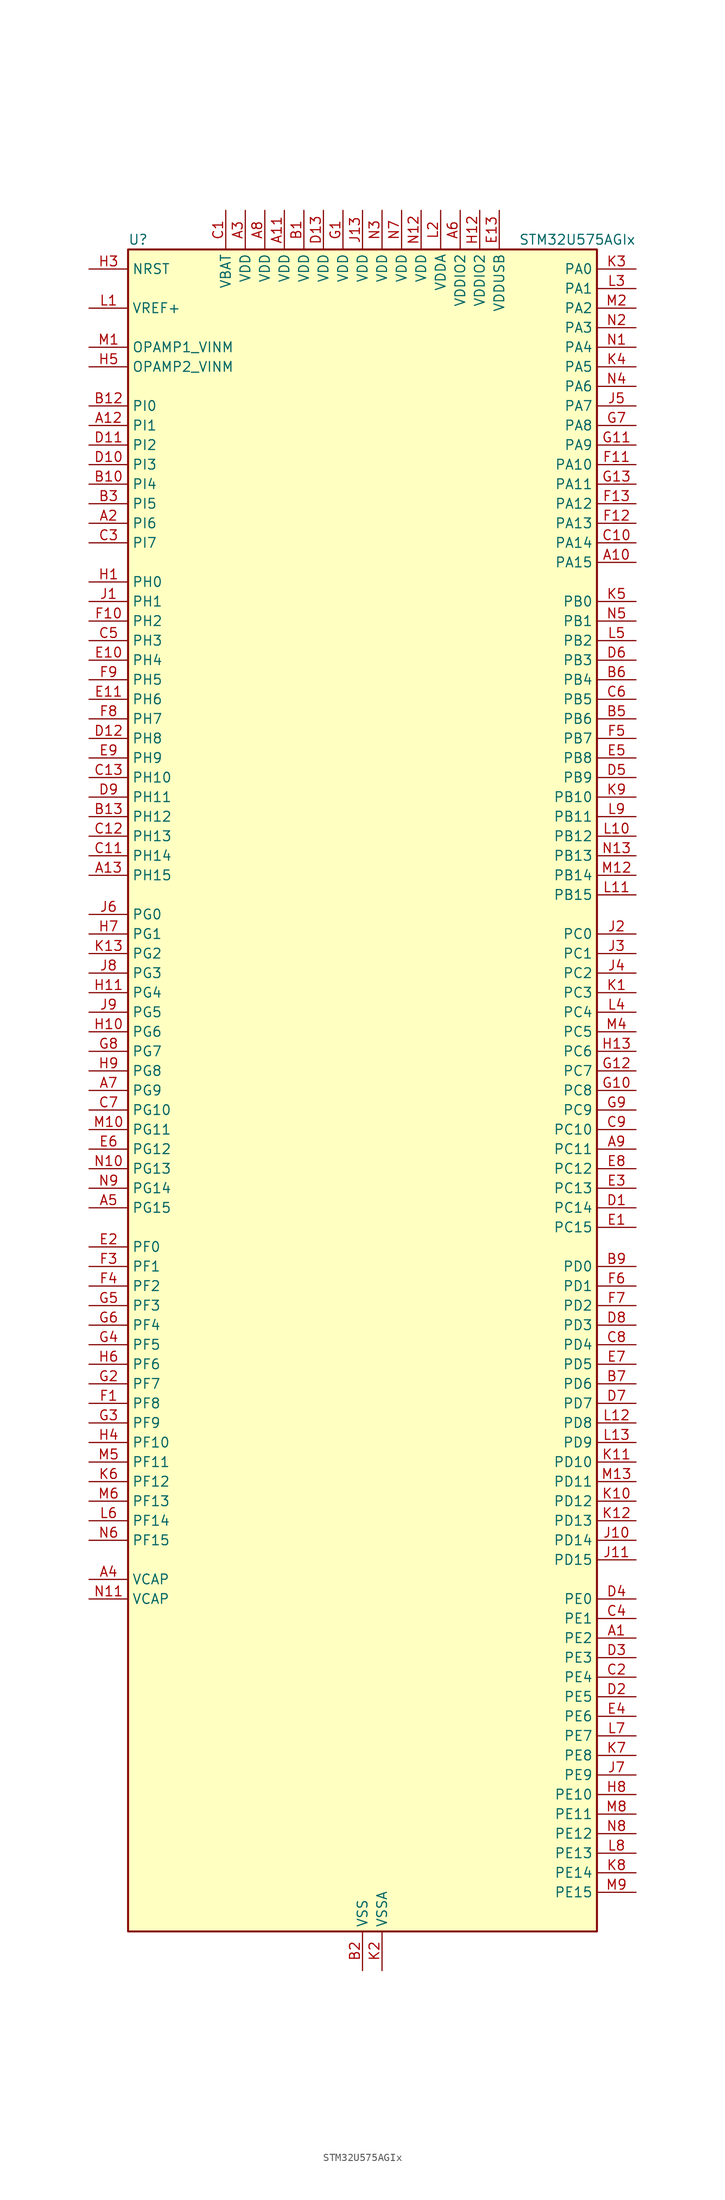
<source format=kicad_sym>
(kicad_symbol_lib
  (version 20220914)
  (generator kicad_symbol_editor)
  (symbol "STM32U575AGIx"
    (property "Reference" "U"
      (at -30.48 110.49 0)
      (effects (font (size 1.27 1.27)) (justify left)))
    (property "Value" "STM32U575AGIx"
      (at 20.32 110.49 0)
      (effects (font (size 1.27 1.27)) (justify left)))
    (property "ki_locked" ""
      (at 0 0 0)
      (effects (font (size 1.27 1.27))))
    (symbol "STM32U575AGIx_0_1"
      (rectangle (start -30.48 -109.22) (end 30.48 109.22) (stroke (width 0.254) (type default)) (fill (type background))))
    (symbol "STM32U575AGIx_1_1"
      (pin bidirectional line (at 35.56 -71.12 180) (length 5.08) (name "PE2" (effects (font (size 1.27 1.27)))) (number "A1" (effects (font (size 1.27 1.27)))) (alternate "DEBUG_TRACECLK" bidirectional line) (alternate "FMC_A23" bidirectional line) (alternate "SAI1_CK1" bidirectional line) (alternate "SAI1_MCLK_A" bidirectional line) (alternate "TIM3_ETR" bidirectional line) (alternate "TSC_G7_IO1" bidirectional line))
      (pin bidirectional line (at 35.56 68.58 180) (length 5.08) (name "PA15" (effects (font (size 1.27 1.27)))) (number "A10" (effects (font (size 1.27 1.27)))) (alternate "ADC1_EXTI15" bidirectional line) (alternate "ADC4_EXTI15" bidirectional line) (alternate "DEBUG_JTDI" bidirectional line) (alternate "SAI2_FS_B" bidirectional line) (alternate "SPI1_NSS" bidirectional line) (alternate "SPI3_NSS" bidirectional line) (alternate "TIM2_CH1" bidirectional line) (alternate "TIM2_ETR" bidirectional line) (alternate "UART4_DE" bidirectional line) (alternate "UART4_RTS" bidirectional line) (alternate "UCPD1_CC1" bidirectional line) (alternate "USART2_RX" bidirectional line) (alternate "USART3_DE" bidirectional line) (alternate "USART3_RTS" bidirectional line))
      (pin power_in line (at -10.16 114.3 270) (length 5.08) (name "VDD" (effects (font (size 1.27 1.27)))) (number "A11" (effects (font (size 1.27 1.27)))))
      (pin bidirectional line (at -35.56 86.36 0) (length 5.08) (name "PI1" (effects (font (size 1.27 1.27)))) (number "A12" (effects (font (size 1.27 1.27)))) (alternate "DCMI_D8" bidirectional line) (alternate "OCTOSPIM_P2_IO2" bidirectional line) (alternate "PSSI_D8" bidirectional line) (alternate "SPI2_SCK" bidirectional line))
      (pin bidirectional line (at -35.56 27.94 0) (length 5.08) (name "PH15" (effects (font (size 1.27 1.27)))) (number "A13" (effects (font (size 1.27 1.27)))) (alternate "ADC1_EXTI15" bidirectional line) (alternate "ADC4_EXTI15" bidirectional line) (alternate "DCMI_D11" bidirectional line) (alternate "OCTOSPIM_P2_IO6" bidirectional line) (alternate "PSSI_D11" bidirectional line) (alternate "TIM8_CH3N" bidirectional line))
      (pin bidirectional line (at -35.56 73.66 0) (length 5.08) (name "PI6" (effects (font (size 1.27 1.27)))) (number "A2" (effects (font (size 1.27 1.27)))) (alternate "DCMI_D6" bidirectional line) (alternate "OCTOSPIM_P2_CLK" bidirectional line) (alternate "PSSI_D6" bidirectional line) (alternate "TIM8_CH2" bidirectional line))
      (pin power_in line (at -15.24 114.3 270) (length 5.08) (name "VDD" (effects (font (size 1.27 1.27)))) (number "A3" (effects (font (size 1.27 1.27)))))
      (pin power_out line (at -35.56 -63.5 0) (length 5.08) (name "VCAP" (effects (font (size 1.27 1.27)))) (number "A4" (effects (font (size 1.27 1.27)))))
      (pin bidirectional line (at -35.56 -15.24 0) (length 5.08) (name "PG15" (effects (font (size 1.27 1.27)))) (number "A5" (effects (font (size 1.27 1.27)))) (alternate "ADC1_EXTI15" bidirectional line) (alternate "ADC4_EXTI15" bidirectional line) (alternate "DCMI_D13" bidirectional line) (alternate "I2C1_SMBA" bidirectional line) (alternate "LPTIM1_CH1" bidirectional line) (alternate "OCTOSPIM_P2_DQS" bidirectional line) (alternate "PSSI_D13" bidirectional line))
      (pin power_in line (at 12.7 114.3 270) (length 5.08) (name "VDDIO2" (effects (font (size 1.27 1.27)))) (number "A6" (effects (font (size 1.27 1.27)))))
      (pin bidirectional line (at -35.56 0 0) (length 5.08) (name "PG9" (effects (font (size 1.27 1.27)))) (number "A7" (effects (font (size 1.27 1.27)))) (alternate "DAC1_EXTI9" bidirectional line) (alternate "FMC_NCE" bidirectional line) (alternate "FMC_NE2" bidirectional line) (alternate "OCTOSPIM_P2_IO6" bidirectional line) (alternate "SAI2_SCK_A" bidirectional line) (alternate "SPI3_SCK" bidirectional line) (alternate "TIM15_CH1N" bidirectional line) (alternate "USART1_TX" bidirectional line))
      (pin power_in line (at -12.7 114.3 270) (length 5.08) (name "VDD" (effects (font (size 1.27 1.27)))) (number "A8" (effects (font (size 1.27 1.27)))))
      (pin bidirectional line (at 35.56 -7.62 180) (length 5.08) (name "PC11" (effects (font (size 1.27 1.27)))) (number "A9" (effects (font (size 1.27 1.27)))) (alternate "ADC1_EXTI11" bidirectional line) (alternate "ADF1_SDI0" bidirectional line) (alternate "DCMI_D2" bidirectional line) (alternate "DCMI_D4" bidirectional line) (alternate "LPTIM3_IN1" bidirectional line) (alternate "OCTOSPIM_P1_NCS" bidirectional line) (alternate "PSSI_D2" bidirectional line) (alternate "PSSI_D4" bidirectional line) (alternate "SAI2_MCLK_B" bidirectional line) (alternate "SDMMC1_D3" bidirectional line) (alternate "SPI3_MISO" bidirectional line) (alternate "TSC_G3_IO3" bidirectional line) (alternate "UART4_RX" bidirectional line) (alternate "UCPD1_FRSTX2" bidirectional line) (alternate "USART3_RX" bidirectional line))
      (pin power_in line (at -7.62 114.3 270) (length 5.08) (name "VDD" (effects (font (size 1.27 1.27)))) (number "B1" (effects (font (size 1.27 1.27)))))
      (pin bidirectional line (at -35.56 78.74 0) (length 5.08) (name "PI4" (effects (font (size 1.27 1.27)))) (number "B10" (effects (font (size 1.27 1.27)))) (alternate "DCMI_D5" bidirectional line) (alternate "PSSI_D5" bidirectional line) (alternate "SPI2_RDY" bidirectional line) (alternate "TIM8_BKIN" bidirectional line))
      (pin passive line (at 0 -114.3 90) (length 5.08) hide (name "VSS" (effects (font (size 1.27 1.27)))) (number "B11" (effects (font (size 1.27 1.27)))))
      (pin bidirectional line (at -35.56 88.9 0) (length 5.08) (name "PI0" (effects (font (size 1.27 1.27)))) (number "B12" (effects (font (size 1.27 1.27)))) (alternate "DCMI_D13" bidirectional line) (alternate "OCTOSPIM_P1_IO5" bidirectional line) (alternate "PSSI_D13" bidirectional line) (alternate "SPI2_NSS" bidirectional line) (alternate "TIM5_CH4" bidirectional line))
      (pin bidirectional line (at -35.56 35.56 0) (length 5.08) (name "PH12" (effects (font (size 1.27 1.27)))) (number "B13" (effects (font (size 1.27 1.27)))) (alternate "DCMI_D3" bidirectional line) (alternate "OCTOSPIM_P2_IO7" bidirectional line) (alternate "PSSI_D3" bidirectional line) (alternate "TIM5_CH3" bidirectional line) (alternate "TIM8_CH4N" bidirectional line))
      (pin power_in line (at 0 -114.3 90) (length 5.08) (name "VSS" (effects (font (size 1.27 1.27)))) (number "B2" (effects (font (size 1.27 1.27)))))
      (pin bidirectional line (at -35.56 76.2 0) (length 5.08) (name "PI5" (effects (font (size 1.27 1.27)))) (number "B3" (effects (font (size 1.27 1.27)))) (alternate "DCMI_VSYNC" bidirectional line) (alternate "OCTOSPIM_P2_NCS" bidirectional line) (alternate "PSSI_RDY" bidirectional line) (alternate "TIM8_CH1" bidirectional line))
      (pin passive line (at 0 -114.3 90) (length 5.08) hide (name "VSS" (effects (font (size 1.27 1.27)))) (number "B4" (effects (font (size 1.27 1.27)))))
      (pin bidirectional line (at 35.56 48.26 180) (length 5.08) (name "PB6" (effects (font (size 1.27 1.27)))) (number "B5" (effects (font (size 1.27 1.27)))) (alternate "COMP2_INP" bidirectional line) (alternate "DCMI_D5" bidirectional line) (alternate "I2C1_SCL" bidirectional line) (alternate "I2C4_SCL" bidirectional line) (alternate "LPTIM1_ETR" bidirectional line) (alternate "MDF1_SDI5" bidirectional line) (alternate "PSSI_D5" bidirectional line) (alternate "PWR_WKUP3" bidirectional line) (alternate "SAI1_FS_B" bidirectional line) (alternate "TIM16_CH1N" bidirectional line) (alternate "TIM4_CH1" bidirectional line) (alternate "TIM8_BKIN2" bidirectional line) (alternate "TSC_G2_IO3" bidirectional line) (alternate "USART1_TX" bidirectional line))
      (pin bidirectional line (at 35.56 53.34 180) (length 5.08) (name "PB4" (effects (font (size 1.27 1.27)))) (number "B6" (effects (font (size 1.27 1.27)))) (alternate "ADF1_SDI0" bidirectional line) (alternate "COMP2_INP" bidirectional line) (alternate "DCMI_D12" bidirectional line) (alternate "DEBUG_JTRST" bidirectional line) (alternate "I2C3_SDA" bidirectional line) (alternate "LPTIM1_CH2" bidirectional line) (alternate "PSSI_D12" bidirectional line) (alternate "SAI1_MCLK_B" bidirectional line) (alternate "SDMMC2_D3" bidirectional line) (alternate "SPI1_MISO" bidirectional line) (alternate "SPI3_MISO" bidirectional line) (alternate "TIM17_BKIN" bidirectional line) (alternate "TIM3_CH1" bidirectional line) (alternate "TSC_G2_IO1" bidirectional line) (alternate "UART5_DE" bidirectional line) (alternate "UART5_RTS" bidirectional line) (alternate "USART1_CTS" bidirectional line))
      (pin bidirectional line (at 35.56 -38.1 180) (length 5.08) (name "PD6" (effects (font (size 1.27 1.27)))) (number "B7" (effects (font (size 1.27 1.27)))) (alternate "DCMI_D10" bidirectional line) (alternate "FMC_NWAIT" bidirectional line) (alternate "MDF1_SDI1" bidirectional line) (alternate "OCTOSPIM_P1_IO6" bidirectional line) (alternate "PSSI_D10" bidirectional line) (alternate "SAI1_D1" bidirectional line) (alternate "SAI1_SD_A" bidirectional line) (alternate "SDMMC2_CK" bidirectional line) (alternate "SPI3_MOSI" bidirectional line) (alternate "USART2_RX" bidirectional line))
      (pin passive line (at 0 -114.3 90) (length 5.08) hide (name "VSS" (effects (font (size 1.27 1.27)))) (number "B8" (effects (font (size 1.27 1.27)))))
      (pin bidirectional line (at 35.56 -22.86 180) (length 5.08) (name "PD0" (effects (font (size 1.27 1.27)))) (number "B9" (effects (font (size 1.27 1.27)))) (alternate "FDCAN1_RX" bidirectional line) (alternate "FMC_D2" bidirectional line) (alternate "FMC_DA2" bidirectional line) (alternate "SPI2_NSS" bidirectional line) (alternate "TIM8_CH4N" bidirectional line))
      (pin power_in line (at -17.78 114.3 270) (length 5.08) (name "VBAT" (effects (font (size 1.27 1.27)))) (number "C1" (effects (font (size 1.27 1.27)))))
      (pin bidirectional line (at 35.56 71.12 180) (length 5.08) (name "PA14" (effects (font (size 1.27 1.27)))) (number "C10" (effects (font (size 1.27 1.27)))) (alternate "DEBUG_JTCK-SWCLK" bidirectional line) (alternate "I2C1_SMBA" bidirectional line) (alternate "I2C4_SMBA" bidirectional line) (alternate "LPTIM1_CH1" bidirectional line) (alternate "SAI1_FS_B" bidirectional line) (alternate "USB_OTG_FS_SOF" bidirectional line))
      (pin bidirectional line (at -35.56 30.48 0) (length 5.08) (name "PH14" (effects (font (size 1.27 1.27)))) (number "C11" (effects (font (size 1.27 1.27)))) (alternate "DCMI_D4" bidirectional line) (alternate "FDCAN1_RX" bidirectional line) (alternate "PSSI_D4" bidirectional line) (alternate "TIM8_CH2N" bidirectional line))
      (pin bidirectional line (at -35.56 33.02 0) (length 5.08) (name "PH13" (effects (font (size 1.27 1.27)))) (number "C12" (effects (font (size 1.27 1.27)))) (alternate "FDCAN1_TX" bidirectional line) (alternate "TIM8_CH1N" bidirectional line))
      (pin bidirectional line (at -35.56 40.64 0) (length 5.08) (name "PH10" (effects (font (size 1.27 1.27)))) (number "C13" (effects (font (size 1.27 1.27)))) (alternate "DCMI_D1" bidirectional line) (alternate "OCTOSPIM_P2_IO5" bidirectional line) (alternate "PSSI_D1" bidirectional line) (alternate "TIM5_CH1" bidirectional line))
      (pin bidirectional line (at 35.56 -76.2 180) (length 5.08) (name "PE4" (effects (font (size 1.27 1.27)))) (number "C2" (effects (font (size 1.27 1.27)))) (alternate "DCMI_D4" bidirectional line) (alternate "DEBUG_TRACED1" bidirectional line) (alternate "FMC_A20" bidirectional line) (alternate "MDF1_SDI3" bidirectional line) (alternate "PSSI_D4" bidirectional line) (alternate "PWR_WKUP1" bidirectional line) (alternate "SAI1_D2" bidirectional line) (alternate "SAI1_FS_A" bidirectional line) (alternate "TAMP_IN7" bidirectional line) (alternate "TAMP_OUT8" bidirectional line) (alternate "TIM3_CH2" bidirectional line) (alternate "TSC_G7_IO3" bidirectional line))
      (pin bidirectional line (at -35.56 71.12 0) (length 5.08) (name "PI7" (effects (font (size 1.27 1.27)))) (number "C3" (effects (font (size 1.27 1.27)))) (alternate "DCMI_D7" bidirectional line) (alternate "OCTOSPIM_P2_NCLK" bidirectional line) (alternate "PSSI_D7" bidirectional line) (alternate "TIM8_CH3" bidirectional line))
      (pin bidirectional line (at 35.56 -68.58 180) (length 5.08) (name "PE1" (effects (font (size 1.27 1.27)))) (number "C4" (effects (font (size 1.27 1.27)))) (alternate "DCMI_D3" bidirectional line) (alternate "FMC_NBL1" bidirectional line) (alternate "PSSI_D3" bidirectional line) (alternate "TIM17_CH1" bidirectional line))
      (pin bidirectional line (at -35.56 58.42 0) (length 5.08) (name "PH3" (effects (font (size 1.27 1.27)))) (number "C5" (effects (font (size 1.27 1.27)))))
      (pin bidirectional line (at 35.56 50.8 180) (length 5.08) (name "PB5" (effects (font (size 1.27 1.27)))) (number "C6" (effects (font (size 1.27 1.27)))) (alternate "COMP2_OUT" bidirectional line) (alternate "DCMI_D10" bidirectional line) (alternate "I2C1_SMBA" bidirectional line) (alternate "LPTIM1_IN1" bidirectional line) (alternate "OCTOSPIM_P1_NCLK" bidirectional line) (alternate "PSSI_D10" bidirectional line) (alternate "PWR_WKUP6" bidirectional line) (alternate "SAI1_SD_B" bidirectional line) (alternate "SPI1_MOSI" bidirectional line) (alternate "SPI3_MOSI" bidirectional line) (alternate "TIM16_BKIN" bidirectional line) (alternate "TIM3_CH2" bidirectional line) (alternate "TSC_G2_IO2" bidirectional line) (alternate "UART5_CTS" bidirectional line) (alternate "UCPD1_DBCC1" bidirectional line) (alternate "USART1_CK" bidirectional line))
      (pin bidirectional line (at -35.56 -2.54 0) (length 5.08) (name "PG10" (effects (font (size 1.27 1.27)))) (number "C7" (effects (font (size 1.27 1.27)))) (alternate "FMC_NE3" bidirectional line) (alternate "LPTIM1_IN1" bidirectional line) (alternate "OCTOSPIM_P2_IO7" bidirectional line) (alternate "SAI2_FS_A" bidirectional line) (alternate "SPI3_MISO" bidirectional line) (alternate "TIM15_CH1" bidirectional line) (alternate "USART1_RX" bidirectional line))
      (pin bidirectional line (at 35.56 -33.02 180) (length 5.08) (name "PD4" (effects (font (size 1.27 1.27)))) (number "C8" (effects (font (size 1.27 1.27)))) (alternate "FMC_NOE" bidirectional line) (alternate "MDF1_CKI0" bidirectional line) (alternate "OCTOSPIM_P1_IO4" bidirectional line) (alternate "SPI2_MOSI" bidirectional line) (alternate "USART2_DE" bidirectional line) (alternate "USART2_RTS" bidirectional line))
      (pin bidirectional line (at 35.56 -5.08 180) (length 5.08) (name "PC10" (effects (font (size 1.27 1.27)))) (number "C9" (effects (font (size 1.27 1.27)))) (alternate "ADF1_CCK1" bidirectional line) (alternate "DCMI_D8" bidirectional line) (alternate "DEBUG_TRACED1" bidirectional line) (alternate "LPTIM3_ETR" bidirectional line) (alternate "PSSI_D8" bidirectional line) (alternate "SAI2_SCK_B" bidirectional line) (alternate "SDMMC1_D2" bidirectional line) (alternate "SPI3_SCK" bidirectional line) (alternate "TSC_G3_IO2" bidirectional line) (alternate "UART4_TX" bidirectional line) (alternate "USART3_TX" bidirectional line))
      (pin bidirectional line (at 35.56 -15.24 180) (length 5.08) (name "PC14" (effects (font (size 1.27 1.27)))) (number "D1" (effects (font (size 1.27 1.27)))) (alternate "RCC_OSC32_IN" bidirectional line))
      (pin bidirectional line (at -35.56 81.28 0) (length 5.08) (name "PI3" (effects (font (size 1.27 1.27)))) (number "D10" (effects (font (size 1.27 1.27)))) (alternate "DCMI_D10" bidirectional line) (alternate "OCTOSPIM_P2_IO0" bidirectional line) (alternate "PSSI_D10" bidirectional line) (alternate "SPI2_MOSI" bidirectional line) (alternate "TIM8_ETR" bidirectional line))
      (pin bidirectional line (at -35.56 83.82 0) (length 5.08) (name "PI2" (effects (font (size 1.27 1.27)))) (number "D11" (effects (font (size 1.27 1.27)))) (alternate "DCMI_D9" bidirectional line) (alternate "OCTOSPIM_P2_IO1" bidirectional line) (alternate "PSSI_D9" bidirectional line) (alternate "SPI2_MISO" bidirectional line) (alternate "TIM8_CH4" bidirectional line))
      (pin bidirectional line (at -35.56 45.72 0) (length 5.08) (name "PH8" (effects (font (size 1.27 1.27)))) (number "D12" (effects (font (size 1.27 1.27)))) (alternate "DCMI_HSYNC" bidirectional line) (alternate "I2C3_SDA" bidirectional line) (alternate "OCTOSPIM_P2_IO3" bidirectional line) (alternate "PSSI_DE" bidirectional line))
      (pin power_in line (at -5.08 114.3 270) (length 5.08) (name "VDD" (effects (font (size 1.27 1.27)))) (number "D13" (effects (font (size 1.27 1.27)))))
      (pin bidirectional line (at 35.56 -78.74 180) (length 5.08) (name "PE5" (effects (font (size 1.27 1.27)))) (number "D2" (effects (font (size 1.27 1.27)))) (alternate "DCMI_D6" bidirectional line) (alternate "DEBUG_TRACED2" bidirectional line) (alternate "FMC_A21" bidirectional line) (alternate "MDF1_CKI3" bidirectional line) (alternate "PSSI_D6" bidirectional line) (alternate "PWR_WKUP2" bidirectional line) (alternate "SAI1_CK2" bidirectional line) (alternate "SAI1_SCK_A" bidirectional line) (alternate "TAMP_IN8" bidirectional line) (alternate "TAMP_OUT7" bidirectional line) (alternate "TIM3_CH3" bidirectional line) (alternate "TSC_G7_IO4" bidirectional line))
      (pin bidirectional line (at 35.56 -73.66 180) (length 5.08) (name "PE3" (effects (font (size 1.27 1.27)))) (number "D3" (effects (font (size 1.27 1.27)))) (alternate "DEBUG_TRACED0" bidirectional line) (alternate "FMC_A19" bidirectional line) (alternate "OCTOSPIM_P1_DQS" bidirectional line) (alternate "SAI1_SD_B" bidirectional line) (alternate "TAMP_IN6" bidirectional line) (alternate "TAMP_OUT3" bidirectional line) (alternate "TIM3_CH1" bidirectional line) (alternate "TSC_G7_IO2" bidirectional line))
      (pin bidirectional line (at 35.56 -66.04 180) (length 5.08) (name "PE0" (effects (font (size 1.27 1.27)))) (number "D4" (effects (font (size 1.27 1.27)))) (alternate "DCMI_D2" bidirectional line) (alternate "FMC_NBL0" bidirectional line) (alternate "PSSI_D2" bidirectional line) (alternate "TIM16_CH1" bidirectional line) (alternate "TIM4_ETR" bidirectional line))
      (pin bidirectional line (at 35.56 40.64 180) (length 5.08) (name "PB9" (effects (font (size 1.27 1.27)))) (number "D5" (effects (font (size 1.27 1.27)))) (alternate "DAC1_EXTI9" bidirectional line) (alternate "DCMI_D7" bidirectional line) (alternate "FDCAN1_TX" bidirectional line) (alternate "I2C1_SDA" bidirectional line) (alternate "IR_OUT" bidirectional line) (alternate "PSSI_D7" bidirectional line) (alternate "SAI1_D2" bidirectional line) (alternate "SAI1_FS_A" bidirectional line) (alternate "SDMMC1_CDIR" bidirectional line) (alternate "SDMMC1_D5" bidirectional line) (alternate "SDMMC2_D5" bidirectional line) (alternate "SPI2_NSS" bidirectional line) (alternate "TIM17_CH1" bidirectional line) (alternate "TIM4_CH4" bidirectional line))
      (pin bidirectional line (at 35.56 55.88 180) (length 5.08) (name "PB3" (effects (font (size 1.27 1.27)))) (number "D6" (effects (font (size 1.27 1.27)))) (alternate "ADF1_CCK0" bidirectional line) (alternate "COMP2_INM" bidirectional line) (alternate "CRS_SYNC" bidirectional line) (alternate "DEBUG_JTDO-SWO" bidirectional line) (alternate "I2C1_SDA" bidirectional line) (alternate "LPTIM1_CH1" bidirectional line) (alternate "SAI1_SCK_B" bidirectional line) (alternate "SDMMC2_D2" bidirectional line) (alternate "SPI1_SCK" bidirectional line) (alternate "SPI3_SCK" bidirectional line) (alternate "TIM2_CH2" bidirectional line) (alternate "USART1_DE" bidirectional line) (alternate "USART1_RTS" bidirectional line))
      (pin bidirectional line (at 35.56 -40.64 180) (length 5.08) (name "PD7" (effects (font (size 1.27 1.27)))) (number "D7" (effects (font (size 1.27 1.27)))) (alternate "FMC_NCE" bidirectional line) (alternate "FMC_NE1" bidirectional line) (alternate "LPTIM4_OUT" bidirectional line) (alternate "MDF1_CKI1" bidirectional line) (alternate "OCTOSPIM_P1_IO7" bidirectional line) (alternate "SDMMC2_CMD" bidirectional line) (alternate "USART2_CK" bidirectional line))
      (pin bidirectional line (at 35.56 -30.48 180) (length 5.08) (name "PD3" (effects (font (size 1.27 1.27)))) (number "D8" (effects (font (size 1.27 1.27)))) (alternate "DCMI_D5" bidirectional line) (alternate "FMC_CLK" bidirectional line) (alternate "MDF1_SDI0" bidirectional line) (alternate "OCTOSPIM_P2_NCS" bidirectional line) (alternate "PSSI_D5" bidirectional line) (alternate "SPI2_MISO" bidirectional line) (alternate "SPI2_SCK" bidirectional line) (alternate "USART2_CTS" bidirectional line))
      (pin bidirectional line (at -35.56 38.1 0) (length 5.08) (name "PH11" (effects (font (size 1.27 1.27)))) (number "D9" (effects (font (size 1.27 1.27)))) (alternate "ADC1_EXTI11" bidirectional line) (alternate "DCMI_D2" bidirectional line) (alternate "OCTOSPIM_P2_IO6" bidirectional line) (alternate "PSSI_D2" bidirectional line) (alternate "TIM5_CH2" bidirectional line))
      (pin bidirectional line (at 35.56 -17.78 180) (length 5.08) (name "PC15" (effects (font (size 1.27 1.27)))) (number "E1" (effects (font (size 1.27 1.27)))) (alternate "ADC1_EXTI15" bidirectional line) (alternate "ADC4_EXTI15" bidirectional line) (alternate "RCC_OSC32_OUT" bidirectional line))
      (pin bidirectional line (at -35.56 55.88 0) (length 5.08) (name "PH4" (effects (font (size 1.27 1.27)))) (number "E10" (effects (font (size 1.27 1.27)))) (alternate "I2C2_SCL" bidirectional line) (alternate "OCTOSPIM_P2_DQS" bidirectional line) (alternate "PSSI_D14" bidirectional line))
      (pin bidirectional line (at -35.56 50.8 0) (length 5.08) (name "PH6" (effects (font (size 1.27 1.27)))) (number "E11" (effects (font (size 1.27 1.27)))) (alternate "DCMI_D8" bidirectional line) (alternate "I2C2_SMBA" bidirectional line) (alternate "OCTOSPIM_P2_CLK" bidirectional line) (alternate "PSSI_D8" bidirectional line))
      (pin passive line (at 0 -114.3 90) (length 5.08) hide (name "VSS" (effects (font (size 1.27 1.27)))) (number "E12" (effects (font (size 1.27 1.27)))))
      (pin power_in line (at 17.78 114.3 270) (length 5.08) (name "VDDUSB" (effects (font (size 1.27 1.27)))) (number "E13" (effects (font (size 1.27 1.27)))))
      (pin bidirectional line (at -35.56 -20.32 0) (length 5.08) (name "PF0" (effects (font (size 1.27 1.27)))) (number "E2" (effects (font (size 1.27 1.27)))) (alternate "FMC_A0" bidirectional line) (alternate "I2C2_SDA" bidirectional line) (alternate "OCTOSPIM_P2_IO0" bidirectional line))
      (pin bidirectional line (at 35.56 -12.7 180) (length 5.08) (name "PC13" (effects (font (size 1.27 1.27)))) (number "E3" (effects (font (size 1.27 1.27)))) (alternate "PWR_WKUP2" bidirectional line) (alternate "RTC_OUT1" bidirectional line) (alternate "RTC_TS" bidirectional line) (alternate "TAMP_IN1" bidirectional line) (alternate "TAMP_OUT2" bidirectional line))
      (pin bidirectional line (at 35.56 -81.28 180) (length 5.08) (name "PE6" (effects (font (size 1.27 1.27)))) (number "E4" (effects (font (size 1.27 1.27)))) (alternate "DCMI_D7" bidirectional line) (alternate "DEBUG_TRACED3" bidirectional line) (alternate "FMC_A22" bidirectional line) (alternate "PSSI_D7" bidirectional line) (alternate "PWR_WKUP3" bidirectional line) (alternate "SAI1_D1" bidirectional line) (alternate "SAI1_SD_A" bidirectional line) (alternate "TAMP_IN3" bidirectional line) (alternate "TAMP_OUT6" bidirectional line) (alternate "TIM3_CH4" bidirectional line))
      (pin bidirectional line (at 35.56 43.18 180) (length 5.08) (name "PB8" (effects (font (size 1.27 1.27)))) (number "E5" (effects (font (size 1.27 1.27)))) (alternate "DCMI_D6" bidirectional line) (alternate "FDCAN1_RX" bidirectional line) (alternate "I2C1_SCL" bidirectional line) (alternate "MDF1_CCK0" bidirectional line) (alternate "PSSI_D6" bidirectional line) (alternate "PWR_WKUP5" bidirectional line) (alternate "SAI1_CK1" bidirectional line) (alternate "SAI1_MCLK_A" bidirectional line) (alternate "SDMMC1_CKIN" bidirectional line) (alternate "SDMMC1_D4" bidirectional line) (alternate "SDMMC2_D4" bidirectional line) (alternate "SPI3_RDY" bidirectional line) (alternate "TIM16_CH1" bidirectional line) (alternate "TIM4_CH3" bidirectional line))
      (pin bidirectional line (at -35.56 -7.62 0) (length 5.08) (name "PG12" (effects (font (size 1.27 1.27)))) (number "E6" (effects (font (size 1.27 1.27)))) (alternate "FMC_NE4" bidirectional line) (alternate "LPTIM1_ETR" bidirectional line) (alternate "OCTOSPIM_P2_NCS" bidirectional line) (alternate "SAI2_SD_A" bidirectional line) (alternate "SPI3_NSS" bidirectional line) (alternate "USART1_DE" bidirectional line) (alternate "USART1_RTS" bidirectional line))
      (pin bidirectional line (at 35.56 -35.56 180) (length 5.08) (name "PD5" (effects (font (size 1.27 1.27)))) (number "E7" (effects (font (size 1.27 1.27)))) (alternate "FMC_NWE" bidirectional line) (alternate "OCTOSPIM_P1_IO5" bidirectional line) (alternate "SPI2_RDY" bidirectional line) (alternate "USART2_TX" bidirectional line))
      (pin bidirectional line (at 35.56 -10.16 180) (length 5.08) (name "PC12" (effects (font (size 1.27 1.27)))) (number "E8" (effects (font (size 1.27 1.27)))) (alternate "DCMI_D9" bidirectional line) (alternate "DEBUG_TRACED3" bidirectional line) (alternate "PSSI_D9" bidirectional line) (alternate "SAI2_SD_B" bidirectional line) (alternate "SDMMC1_CK" bidirectional line) (alternate "SPI3_MOSI" bidirectional line) (alternate "TSC_G3_IO4" bidirectional line) (alternate "UART5_TX" bidirectional line) (alternate "USART3_CK" bidirectional line))
      (pin bidirectional line (at -35.56 43.18 0) (length 5.08) (name "PH9" (effects (font (size 1.27 1.27)))) (number "E9" (effects (font (size 1.27 1.27)))) (alternate "DAC1_EXTI9" bidirectional line) (alternate "DCMI_D0" bidirectional line) (alternate "I2C3_SMBA" bidirectional line) (alternate "OCTOSPIM_P2_IO4" bidirectional line) (alternate "PSSI_D0" bidirectional line))
      (pin bidirectional line (at -35.56 -40.64 0) (length 5.08) (name "PF8" (effects (font (size 1.27 1.27)))) (number "F1" (effects (font (size 1.27 1.27)))) (alternate "FDCAN1_TX" bidirectional line) (alternate "OCTOSPIM_P1_IO0" bidirectional line) (alternate "PSSI_D14" bidirectional line) (alternate "SAI1_SCK_B" bidirectional line) (alternate "TIM5_CH3" bidirectional line))
      (pin bidirectional line (at -35.56 60.96 0) (length 5.08) (name "PH2" (effects (font (size 1.27 1.27)))) (number "F10" (effects (font (size 1.27 1.27)))) (alternate "OCTOSPIM_P1_IO4" bidirectional line))
      (pin bidirectional line (at 35.56 81.28 180) (length 5.08) (name "PA10" (effects (font (size 1.27 1.27)))) (number "F11" (effects (font (size 1.27 1.27)))) (alternate "CRS_SYNC" bidirectional line) (alternate "DCMI_D1" bidirectional line) (alternate "LPTIM2_IN2" bidirectional line) (alternate "PSSI_D1" bidirectional line) (alternate "SAI1_D1" bidirectional line) (alternate "SAI1_SD_A" bidirectional line) (alternate "TIM17_BKIN" bidirectional line) (alternate "TIM1_CH3" bidirectional line) (alternate "USART1_RX" bidirectional line) (alternate "USB_OTG_FS_ID" bidirectional line))
      (pin bidirectional line (at 35.56 73.66 180) (length 5.08) (name "PA13" (effects (font (size 1.27 1.27)))) (number "F12" (effects (font (size 1.27 1.27)))) (alternate "DEBUG_JTMS-SWDIO" bidirectional line) (alternate "IR_OUT" bidirectional line) (alternate "SAI1_SD_B" bidirectional line) (alternate "USB_OTG_FS_NOE" bidirectional line))
      (pin bidirectional line (at 35.56 76.2 180) (length 5.08) (name "PA12" (effects (font (size 1.27 1.27)))) (number "F13" (effects (font (size 1.27 1.27)))) (alternate "FDCAN1_TX" bidirectional line) (alternate "OCTOSPIM_P2_NCS" bidirectional line) (alternate "SPI1_MOSI" bidirectional line) (alternate "TIM1_ETR" bidirectional line) (alternate "USART1_DE" bidirectional line) (alternate "USART1_RTS" bidirectional line) (alternate "USB_OTG_FS_DP" bidirectional line))
      (pin passive line (at 0 -114.3 90) (length 5.08) hide (name "VSS" (effects (font (size 1.27 1.27)))) (number "F2" (effects (font (size 1.27 1.27)))))
      (pin bidirectional line (at -35.56 -22.86 0) (length 5.08) (name "PF1" (effects (font (size 1.27 1.27)))) (number "F3" (effects (font (size 1.27 1.27)))) (alternate "FMC_A1" bidirectional line) (alternate "I2C2_SCL" bidirectional line) (alternate "OCTOSPIM_P2_IO1" bidirectional line))
      (pin bidirectional line (at -35.56 -25.4 0) (length 5.08) (name "PF2" (effects (font (size 1.27 1.27)))) (number "F4" (effects (font (size 1.27 1.27)))) (alternate "FMC_A2" bidirectional line) (alternate "I2C2_SMBA" bidirectional line) (alternate "LPTIM3_CH2" bidirectional line) (alternate "OCTOSPIM_P2_IO2" bidirectional line) (alternate "PWR_WKUP8" bidirectional line))
      (pin bidirectional line (at 35.56 45.72 180) (length 5.08) (name "PB7" (effects (font (size 1.27 1.27)))) (number "F5" (effects (font (size 1.27 1.27)))) (alternate "COMP2_INM" bidirectional line) (alternate "DCMI_VSYNC" bidirectional line) (alternate "FMC_NL" bidirectional line) (alternate "I2C1_SDA" bidirectional line) (alternate "I2C4_SDA" bidirectional line) (alternate "LPTIM1_IN2" bidirectional line) (alternate "MDF1_CKI5" bidirectional line) (alternate "PSSI_RDY" bidirectional line) (alternate "PWR_PVD_IN" bidirectional line) (alternate "PWR_WKUP4" bidirectional line) (alternate "TIM17_CH1N" bidirectional line) (alternate "TIM4_CH2" bidirectional line) (alternate "TIM8_BKIN" bidirectional line) (alternate "TSC_G2_IO4" bidirectional line) (alternate "UART4_CTS" bidirectional line) (alternate "USART1_RX" bidirectional line))
      (pin bidirectional line (at 35.56 -25.4 180) (length 5.08) (name "PD1" (effects (font (size 1.27 1.27)))) (number "F6" (effects (font (size 1.27 1.27)))) (alternate "FDCAN1_TX" bidirectional line) (alternate "FMC_D3" bidirectional line) (alternate "FMC_DA3" bidirectional line) (alternate "SPI2_SCK" bidirectional line))
      (pin bidirectional line (at 35.56 -27.94 180) (length 5.08) (name "PD2" (effects (font (size 1.27 1.27)))) (number "F7" (effects (font (size 1.27 1.27)))) (alternate "DCMI_D11" bidirectional line) (alternate "DEBUG_TRACED2" bidirectional line) (alternate "LPTIM4_ETR" bidirectional line) (alternate "PSSI_D11" bidirectional line) (alternate "SDMMC1_CMD" bidirectional line) (alternate "TIM3_ETR" bidirectional line) (alternate "TSC_SYNC" bidirectional line) (alternate "UART5_RX" bidirectional line) (alternate "USART3_DE" bidirectional line) (alternate "USART3_RTS" bidirectional line))
      (pin bidirectional line (at -35.56 48.26 0) (length 5.08) (name "PH7" (effects (font (size 1.27 1.27)))) (number "F8" (effects (font (size 1.27 1.27)))) (alternate "DCMI_D9" bidirectional line) (alternate "I2C3_SCL" bidirectional line) (alternate "OCTOSPIM_P2_NCLK" bidirectional line) (alternate "PSSI_D9" bidirectional line))
      (pin bidirectional line (at -35.56 53.34 0) (length 5.08) (name "PH5" (effects (font (size 1.27 1.27)))) (number "F9" (effects (font (size 1.27 1.27)))) (alternate "DCMI_PIXCLK" bidirectional line) (alternate "I2C2_SDA" bidirectional line) (alternate "PSSI_PDCK" bidirectional line))
      (pin power_in line (at -2.54 114.3 270) (length 5.08) (name "VDD" (effects (font (size 1.27 1.27)))) (number "G1" (effects (font (size 1.27 1.27)))))
      (pin bidirectional line (at 35.56 0 180) (length 5.08) (name "PC8" (effects (font (size 1.27 1.27)))) (number "G10" (effects (font (size 1.27 1.27)))) (alternate "DCMI_D2" bidirectional line) (alternate "LPTIM3_CH1" bidirectional line) (alternate "PSSI_D2" bidirectional line) (alternate "PWR_SRDSTOP" bidirectional line) (alternate "SDMMC1_D0" bidirectional line) (alternate "TIM3_CH3" bidirectional line) (alternate "TIM8_CH3" bidirectional line) (alternate "TSC_G4_IO3" bidirectional line))
      (pin bidirectional line (at 35.56 83.82 180) (length 5.08) (name "PA9" (effects (font (size 1.27 1.27)))) (number "G11" (effects (font (size 1.27 1.27)))) (alternate "DAC1_EXTI9" bidirectional line) (alternate "DCMI_D0" bidirectional line) (alternate "PSSI_D0" bidirectional line) (alternate "SAI1_FS_A" bidirectional line) (alternate "SPI2_SCK" bidirectional line) (alternate "TIM15_BKIN" bidirectional line) (alternate "TIM1_CH2" bidirectional line) (alternate "USART1_TX" bidirectional line) (alternate "USB_OTG_FS_VBUS" bidirectional line))
      (pin bidirectional line (at 35.56 2.54 180) (length 5.08) (name "PC7" (effects (font (size 1.27 1.27)))) (number "G12" (effects (font (size 1.27 1.27)))) (alternate "DCMI_D1" bidirectional line) (alternate "LPTIM2_CH2" bidirectional line) (alternate "MDF1_SDI3" bidirectional line) (alternate "PSSI_D1" bidirectional line) (alternate "PWR_CDSTOP" bidirectional line) (alternate "SAI2_MCLK_B" bidirectional line) (alternate "SDMMC1_D123DIR" bidirectional line) (alternate "SDMMC1_D7" bidirectional line) (alternate "SDMMC2_D7" bidirectional line) (alternate "TIM3_CH2" bidirectional line) (alternate "TIM8_CH2" bidirectional line) (alternate "TSC_G4_IO2" bidirectional line))
      (pin bidirectional line (at 35.56 78.74 180) (length 5.08) (name "PA11" (effects (font (size 1.27 1.27)))) (number "G13" (effects (font (size 1.27 1.27)))) (alternate "ADC1_EXTI11" bidirectional line) (alternate "FDCAN1_RX" bidirectional line) (alternate "SPI1_MISO" bidirectional line) (alternate "TIM1_BKIN2" bidirectional line) (alternate "TIM1_CH4" bidirectional line) (alternate "USART1_CTS" bidirectional line) (alternate "USB_OTG_FS_DM" bidirectional line))
      (pin bidirectional line (at -35.56 -38.1 0) (length 5.08) (name "PF7" (effects (font (size 1.27 1.27)))) (number "G2" (effects (font (size 1.27 1.27)))) (alternate "FDCAN1_RX" bidirectional line) (alternate "OCTOSPIM_P1_IO2" bidirectional line) (alternate "SAI1_MCLK_B" bidirectional line) (alternate "TIM5_CH2" bidirectional line))
      (pin bidirectional line (at -35.56 -43.18 0) (length 5.08) (name "PF9" (effects (font (size 1.27 1.27)))) (number "G3" (effects (font (size 1.27 1.27)))) (alternate "DAC1_EXTI9" bidirectional line) (alternate "OCTOSPIM_P1_IO1" bidirectional line) (alternate "PSSI_D15" bidirectional line) (alternate "SAI1_FS_B" bidirectional line) (alternate "TIM15_CH1" bidirectional line) (alternate "TIM5_CH4" bidirectional line))
      (pin bidirectional line (at -35.56 -33.02 0) (length 5.08) (name "PF5" (effects (font (size 1.27 1.27)))) (number "G4" (effects (font (size 1.27 1.27)))) (alternate "FMC_A5" bidirectional line) (alternate "LPTIM3_CH1" bidirectional line) (alternate "OCTOSPIM_P2_NCLK" bidirectional line))
      (pin bidirectional line (at -35.56 -27.94 0) (length 5.08) (name "PF3" (effects (font (size 1.27 1.27)))) (number "G5" (effects (font (size 1.27 1.27)))) (alternate "FMC_A3" bidirectional line) (alternate "LPTIM3_IN1" bidirectional line) (alternate "OCTOSPIM_P2_IO3" bidirectional line))
      (pin bidirectional line (at -35.56 -30.48 0) (length 5.08) (name "PF4" (effects (font (size 1.27 1.27)))) (number "G6" (effects (font (size 1.27 1.27)))) (alternate "FMC_A4" bidirectional line) (alternate "LPTIM3_ETR" bidirectional line) (alternate "OCTOSPIM_P2_CLK" bidirectional line))
      (pin bidirectional line (at 35.56 86.36 180) (length 5.08) (name "PA8" (effects (font (size 1.27 1.27)))) (number "G7" (effects (font (size 1.27 1.27)))) (alternate "DEBUG_TRACECLK" bidirectional line) (alternate "LPTIM2_CH1" bidirectional line) (alternate "RCC_MCO" bidirectional line) (alternate "SAI1_CK2" bidirectional line) (alternate "SAI1_SCK_A" bidirectional line) (alternate "SPI1_RDY" bidirectional line) (alternate "TIM1_CH1" bidirectional line) (alternate "USART1_CK" bidirectional line) (alternate "USB_OTG_FS_SOF" bidirectional line))
      (pin bidirectional line (at -35.56 5.08 0) (length 5.08) (name "PG7" (effects (font (size 1.27 1.27)))) (number "G8" (effects (font (size 1.27 1.27)))) (alternate "FMC_INT" bidirectional line) (alternate "I2C3_SCL" bidirectional line) (alternate "LPUART1_TX" bidirectional line) (alternate "MDF1_CCK0" bidirectional line) (alternate "OCTOSPIM_P2_DQS" bidirectional line) (alternate "SAI1_CK1" bidirectional line) (alternate "SAI1_MCLK_A" bidirectional line) (alternate "UCPD1_FRSTX2" bidirectional line))
      (pin bidirectional line (at 35.56 -2.54 180) (length 5.08) (name "PC9" (effects (font (size 1.27 1.27)))) (number "G9" (effects (font (size 1.27 1.27)))) (alternate "DAC1_EXTI9" bidirectional line) (alternate "DCMI_D3" bidirectional line) (alternate "DEBUG_TRACED0" bidirectional line) (alternate "LPTIM3_CH2" bidirectional line) (alternate "PSSI_D3" bidirectional line) (alternate "SDMMC1_D1" bidirectional line) (alternate "TIM3_CH4" bidirectional line) (alternate "TIM8_BKIN2" bidirectional line) (alternate "TIM8_CH4" bidirectional line) (alternate "TSC_G4_IO4" bidirectional line) (alternate "USB_OTG_FS_NOE" bidirectional line))
      (pin bidirectional line (at -35.56 66.04 0) (length 5.08) (name "PH0" (effects (font (size 1.27 1.27)))) (number "H1" (effects (font (size 1.27 1.27)))) (alternate "RCC_OSC_IN" bidirectional line))
      (pin bidirectional line (at -35.56 7.62 0) (length 5.08) (name "PG6" (effects (font (size 1.27 1.27)))) (number "H10" (effects (font (size 1.27 1.27)))) (alternate "I2C3_SMBA" bidirectional line) (alternate "LPUART1_DE" bidirectional line) (alternate "LPUART1_RTS" bidirectional line) (alternate "OCTOSPIM_P1_DQS" bidirectional line) (alternate "SPI1_RDY" bidirectional line) (alternate "UCPD1_FRSTX1" bidirectional line))
      (pin bidirectional line (at -35.56 12.7 0) (length 5.08) (name "PG4" (effects (font (size 1.27 1.27)))) (number "H11" (effects (font (size 1.27 1.27)))) (alternate "FMC_A14" bidirectional line) (alternate "SAI2_MCLK_B" bidirectional line) (alternate "SPI1_MOSI" bidirectional line))
      (pin power_in line (at 15.24 114.3 270) (length 5.08) (name "VDDIO2" (effects (font (size 1.27 1.27)))) (number "H12" (effects (font (size 1.27 1.27)))))
      (pin bidirectional line (at 35.56 5.08 180) (length 5.08) (name "PC6" (effects (font (size 1.27 1.27)))) (number "H13" (effects (font (size 1.27 1.27)))) (alternate "DCMI_D0" bidirectional line) (alternate "MDF1_CKI3" bidirectional line) (alternate "PSSI_D0" bidirectional line) (alternate "PWR_CSLEEP" bidirectional line) (alternate "SAI2_MCLK_A" bidirectional line) (alternate "SDMMC1_D0DIR" bidirectional line) (alternate "SDMMC1_D6" bidirectional line) (alternate "SDMMC2_D6" bidirectional line) (alternate "TIM3_CH1" bidirectional line) (alternate "TIM8_CH1" bidirectional line) (alternate "TSC_G4_IO1" bidirectional line))
      (pin passive line (at 0 -114.3 90) (length 5.08) hide (name "VSS" (effects (font (size 1.27 1.27)))) (number "H2" (effects (font (size 1.27 1.27)))))
      (pin input line (at -35.56 106.68 0) (length 5.08) (name "NRST" (effects (font (size 1.27 1.27)))) (number "H3" (effects (font (size 1.27 1.27)))))
      (pin bidirectional line (at -35.56 -45.72 0) (length 5.08) (name "PF10" (effects (font (size 1.27 1.27)))) (number "H4" (effects (font (size 1.27 1.27)))) (alternate "DCMI_D11" bidirectional line) (alternate "MDF1_CCK1" bidirectional line) (alternate "OCTOSPIM_P1_CLK" bidirectional line) (alternate "PSSI_D11" bidirectional line) (alternate "PSSI_D15" bidirectional line) (alternate "SAI1_D3" bidirectional line) (alternate "TIM15_CH2" bidirectional line))
      (pin bidirectional line (at -35.56 93.98 0) (length 5.08) (name "OPAMP2_VINM" (effects (font (size 1.27 1.27)))) (number "H5" (effects (font (size 1.27 1.27)))) (alternate "OPAMP2_VINM" bidirectional line))
      (pin bidirectional line (at -35.56 -35.56 0) (length 5.08) (name "PF6" (effects (font (size 1.27 1.27)))) (number "H6" (effects (font (size 1.27 1.27)))) (alternate "DCMI_D12" bidirectional line) (alternate "OCTOSPIM_P1_IO3" bidirectional line) (alternate "OCTOSPIM_P2_NCS" bidirectional line) (alternate "PSSI_D12" bidirectional line) (alternate "SAI1_SD_B" bidirectional line) (alternate "TIM5_CH1" bidirectional line) (alternate "TIM5_ETR" bidirectional line))
      (pin bidirectional line (at -35.56 20.32 0) (length 5.08) (name "PG1" (effects (font (size 1.27 1.27)))) (number "H7" (effects (font (size 1.27 1.27)))) (alternate "ADC4_IN8" bidirectional line) (alternate "FMC_A11" bidirectional line) (alternate "OCTOSPIM_P2_IO5" bidirectional line) (alternate "TSC_G8_IO4" bidirectional line))
      (pin bidirectional line (at 35.56 -91.44 180) (length 5.08) (name "PE10" (effects (font (size 1.27 1.27)))) (number "H8" (effects (font (size 1.27 1.27)))) (alternate "ADF1_SDI0" bidirectional line) (alternate "FMC_D7" bidirectional line) (alternate "FMC_DA7" bidirectional line) (alternate "MDF1_SDI4" bidirectional line) (alternate "OCTOSPIM_P1_CLK" bidirectional line) (alternate "SAI1_MCLK_B" bidirectional line) (alternate "TIM1_CH2N" bidirectional line) (alternate "TSC_G5_IO1" bidirectional line))
      (pin bidirectional line (at -35.56 2.54 0) (length 5.08) (name "PG8" (effects (font (size 1.27 1.27)))) (number "H9" (effects (font (size 1.27 1.27)))) (alternate "I2C3_SDA" bidirectional line) (alternate "LPUART1_RX" bidirectional line))
      (pin bidirectional line (at -35.56 63.5 0) (length 5.08) (name "PH1" (effects (font (size 1.27 1.27)))) (number "J1" (effects (font (size 1.27 1.27)))) (alternate "RCC_OSC_OUT" bidirectional line))
      (pin bidirectional line (at 35.56 -58.42 180) (length 5.08) (name "PD14" (effects (font (size 1.27 1.27)))) (number "J10" (effects (font (size 1.27 1.27)))) (alternate "FMC_D0" bidirectional line) (alternate "FMC_DA0" bidirectional line) (alternate "LPTIM3_CH1" bidirectional line) (alternate "TIM4_CH3" bidirectional line))
      (pin bidirectional line (at 35.56 -60.96 180) (length 5.08) (name "PD15" (effects (font (size 1.27 1.27)))) (number "J11" (effects (font (size 1.27 1.27)))) (alternate "ADC1_EXTI15" bidirectional line) (alternate "ADC4_EXTI15" bidirectional line) (alternate "FMC_D1" bidirectional line) (alternate "FMC_DA1" bidirectional line) (alternate "LPTIM3_CH2" bidirectional line) (alternate "TIM4_CH4" bidirectional line))
      (pin passive line (at 0 -114.3 90) (length 5.08) hide (name "VSS" (effects (font (size 1.27 1.27)))) (number "J12" (effects (font (size 1.27 1.27)))))
      (pin power_in line (at 0 114.3 270) (length 5.08) (name "VDD" (effects (font (size 1.27 1.27)))) (number "J13" (effects (font (size 1.27 1.27)))))
      (pin bidirectional line (at 35.56 20.32 180) (length 5.08) (name "PC0" (effects (font (size 1.27 1.27)))) (number "J2" (effects (font (size 1.27 1.27)))) (alternate "ADC1_IN1" bidirectional line) (alternate "ADC4_IN1" bidirectional line) (alternate "I2C3_SCL" bidirectional line) (alternate "LPTIM1_IN1" bidirectional line) (alternate "LPTIM2_IN1" bidirectional line) (alternate "LPUART1_RX" bidirectional line) (alternate "MDF1_SDI4" bidirectional line) (alternate "OCTOSPIM_P1_IO7" bidirectional line) (alternate "SAI2_FS_A" bidirectional line) (alternate "SDMMC1_D5" bidirectional line) (alternate "SPI2_RDY" bidirectional line))
      (pin bidirectional line (at 35.56 17.78 180) (length 5.08) (name "PC1" (effects (font (size 1.27 1.27)))) (number "J3" (effects (font (size 1.27 1.27)))) (alternate "ADC1_IN2" bidirectional line) (alternate "ADC4_IN2" bidirectional line) (alternate "DEBUG_TRACED0" bidirectional line) (alternate "I2C3_SDA" bidirectional line) (alternate "LPTIM1_CH1" bidirectional line) (alternate "LPUART1_TX" bidirectional line) (alternate "MDF1_CKI4" bidirectional line) (alternate "OCTOSPIM_P1_IO4" bidirectional line) (alternate "SAI1_SD_A" bidirectional line) (alternate "SDMMC2_CK" bidirectional line) (alternate "SPI2_MOSI" bidirectional line))
      (pin bidirectional line (at 35.56 15.24 180) (length 5.08) (name "PC2" (effects (font (size 1.27 1.27)))) (number "J4" (effects (font (size 1.27 1.27)))) (alternate "ADC1_IN3" bidirectional line) (alternate "ADC4_IN3" bidirectional line) (alternate "LPTIM1_IN2" bidirectional line) (alternate "MDF1_CCK1" bidirectional line) (alternate "OCTOSPIM_P1_IO5" bidirectional line) (alternate "SPI2_MISO" bidirectional line))
      (pin bidirectional line (at 35.56 88.9 180) (length 5.08) (name "PA7" (effects (font (size 1.27 1.27)))) (number "J5" (effects (font (size 1.27 1.27)))) (alternate "ADC1_IN12" bidirectional line) (alternate "ADC4_IN20" bidirectional line) (alternate "I2C3_SCL" bidirectional line) (alternate "LPTIM2_CH2" bidirectional line) (alternate "OCTOSPIM_P1_IO2" bidirectional line) (alternate "OPAMP2_VINM" bidirectional line) (alternate "PWR_SRDSTOP" bidirectional line) (alternate "PWR_WKUP8" bidirectional line) (alternate "SPI1_MOSI" bidirectional line) (alternate "TIM17_CH1" bidirectional line) (alternate "TIM1_CH1N" bidirectional line) (alternate "TIM3_CH2" bidirectional line) (alternate "TIM8_CH1N" bidirectional line) (alternate "USART3_TX" bidirectional line))
      (pin bidirectional line (at -35.56 22.86 0) (length 5.08) (name "PG0" (effects (font (size 1.27 1.27)))) (number "J6" (effects (font (size 1.27 1.27)))) (alternate "ADC4_IN7" bidirectional line) (alternate "FMC_A10" bidirectional line) (alternate "OCTOSPIM_P2_IO4" bidirectional line) (alternate "TSC_G8_IO3" bidirectional line))
      (pin bidirectional line (at 35.56 -88.9 180) (length 5.08) (name "PE9" (effects (font (size 1.27 1.27)))) (number "J7" (effects (font (size 1.27 1.27)))) (alternate "ADF1_CCK0" bidirectional line) (alternate "DAC1_EXTI9" bidirectional line) (alternate "FMC_D6" bidirectional line) (alternate "FMC_DA6" bidirectional line) (alternate "MDF1_CCK0" bidirectional line) (alternate "OCTOSPIM_P1_NCLK" bidirectional line) (alternate "SAI1_FS_B" bidirectional line) (alternate "TIM1_CH1" bidirectional line))
      (pin bidirectional line (at -35.56 15.24 0) (length 5.08) (name "PG3" (effects (font (size 1.27 1.27)))) (number "J8" (effects (font (size 1.27 1.27)))) (alternate "FMC_A13" bidirectional line) (alternate "SAI2_FS_B" bidirectional line) (alternate "SPI1_MISO" bidirectional line))
      (pin bidirectional line (at -35.56 10.16 0) (length 5.08) (name "PG5" (effects (font (size 1.27 1.27)))) (number "J9" (effects (font (size 1.27 1.27)))) (alternate "FMC_A15" bidirectional line) (alternate "LPUART1_CTS" bidirectional line) (alternate "SAI2_SD_B" bidirectional line) (alternate "SPI1_NSS" bidirectional line))
      (pin bidirectional line (at 35.56 12.7 180) (length 5.08) (name "PC3" (effects (font (size 1.27 1.27)))) (number "K1" (effects (font (size 1.27 1.27)))) (alternate "ADC1_IN4" bidirectional line) (alternate "ADC4_IN4" bidirectional line) (alternate "LPTIM1_ETR" bidirectional line) (alternate "LPTIM2_ETR" bidirectional line) (alternate "LPTIM3_CH1" bidirectional line) (alternate "OCTOSPIM_P1_IO6" bidirectional line) (alternate "SAI1_D1" bidirectional line) (alternate "SAI1_SD_A" bidirectional line) (alternate "SPI2_MOSI" bidirectional line))
      (pin bidirectional line (at 35.56 -53.34 180) (length 5.08) (name "PD12" (effects (font (size 1.27 1.27)))) (number "K10" (effects (font (size 1.27 1.27)))) (alternate "ADC4_IN16" bidirectional line) (alternate "FMC_A17" bidirectional line) (alternate "FMC_ALE" bidirectional line) (alternate "I2C4_SCL" bidirectional line) (alternate "LPTIM2_IN1" bidirectional line) (alternate "SAI2_FS_A" bidirectional line) (alternate "TIM4_CH1" bidirectional line) (alternate "TSC_G6_IO3" bidirectional line) (alternate "USART3_DE" bidirectional line) (alternate "USART3_RTS" bidirectional line))
      (pin bidirectional line (at 35.56 -48.26 180) (length 5.08) (name "PD10" (effects (font (size 1.27 1.27)))) (number "K11" (effects (font (size 1.27 1.27)))) (alternate "FMC_D15" bidirectional line) (alternate "FMC_DA15" bidirectional line) (alternate "LPTIM2_CH2" bidirectional line) (alternate "LPTIM3_ETR" bidirectional line) (alternate "SAI2_SCK_A" bidirectional line) (alternate "TSC_G6_IO1" bidirectional line) (alternate "USART3_CK" bidirectional line))
      (pin bidirectional line (at 35.56 -55.88 180) (length 5.08) (name "PD13" (effects (font (size 1.27 1.27)))) (number "K12" (effects (font (size 1.27 1.27)))) (alternate "ADC4_IN17" bidirectional line) (alternate "FMC_A18" bidirectional line) (alternate "I2C4_SDA" bidirectional line) (alternate "LPTIM2_CH1" bidirectional line) (alternate "LPTIM4_IN1" bidirectional line) (alternate "TIM4_CH2" bidirectional line) (alternate "TSC_G6_IO4" bidirectional line))
      (pin bidirectional line (at -35.56 17.78 0) (length 5.08) (name "PG2" (effects (font (size 1.27 1.27)))) (number "K13" (effects (font (size 1.27 1.27)))) (alternate "FMC_A12" bidirectional line) (alternate "SAI2_SCK_B" bidirectional line) (alternate "SPI1_SCK" bidirectional line))
      (pin power_in line (at 2.54 -114.3 90) (length 5.08) (name "VSSA" (effects (font (size 1.27 1.27)))) (number "K2" (effects (font (size 1.27 1.27)))))
      (pin bidirectional line (at 35.56 106.68 180) (length 5.08) (name "PA0" (effects (font (size 1.27 1.27)))) (number "K3" (effects (font (size 1.27 1.27)))) (alternate "ADC1_IN5" bidirectional line) (alternate "AUDIOCLK" bidirectional line) (alternate "OCTOSPIM_P2_NCS" bidirectional line) (alternate "OPAMP1_VINP" bidirectional line) (alternate "PWR_WKUP1" bidirectional line) (alternate "SDMMC2_CMD" bidirectional line) (alternate "SPI3_RDY" bidirectional line) (alternate "TAMP_IN2" bidirectional line) (alternate "TAMP_OUT1" bidirectional line) (alternate "TIM2_CH1" bidirectional line) (alternate "TIM2_ETR" bidirectional line) (alternate "TIM5_CH1" bidirectional line) (alternate "TIM8_ETR" bidirectional line) (alternate "UART4_TX" bidirectional line) (alternate "USART2_CTS" bidirectional line))
      (pin bidirectional line (at 35.56 93.98 180) (length 5.08) (name "PA5" (effects (font (size 1.27 1.27)))) (number "K4" (effects (font (size 1.27 1.27)))) (alternate "ADC1_IN10" bidirectional line) (alternate "ADC4_IN10" bidirectional line) (alternate "DAC1_OUT2" bidirectional line) (alternate "LPTIM2_ETR" bidirectional line) (alternate "PSSI_D14" bidirectional line) (alternate "PWR_CSLEEP" bidirectional line) (alternate "PWR_WKUP6" bidirectional line) (alternate "SPI1_SCK" bidirectional line) (alternate "TIM2_CH1" bidirectional line) (alternate "TIM2_ETR" bidirectional line) (alternate "TIM8_CH1N" bidirectional line) (alternate "USART3_RX" bidirectional line))
      (pin bidirectional line (at 35.56 63.5 180) (length 5.08) (name "PB0" (effects (font (size 1.27 1.27)))) (number "K5" (effects (font (size 1.27 1.27)))) (alternate "ADC1_IN15" bidirectional line) (alternate "ADC4_IN18" bidirectional line) (alternate "AUDIOCLK" bidirectional line) (alternate "COMP1_OUT" bidirectional line) (alternate "LPTIM3_CH1" bidirectional line) (alternate "OCTOSPIM_P1_IO1" bidirectional line) (alternate "OPAMP2_VOUT" bidirectional line) (alternate "SPI1_NSS" bidirectional line) (alternate "TIM1_CH2N" bidirectional line) (alternate "TIM3_CH3" bidirectional line) (alternate "TIM8_CH2N" bidirectional line) (alternate "USART3_CK" bidirectional line))
      (pin bidirectional line (at -35.56 -50.8 0) (length 5.08) (name "PF12" (effects (font (size 1.27 1.27)))) (number "K6" (effects (font (size 1.27 1.27)))) (alternate "FMC_A6" bidirectional line) (alternate "LPTIM4_ETR" bidirectional line) (alternate "OCTOSPIM_P2_DQS" bidirectional line))
      (pin bidirectional line (at 35.56 -86.36 180) (length 5.08) (name "PE8" (effects (font (size 1.27 1.27)))) (number "K7" (effects (font (size 1.27 1.27)))) (alternate "FMC_D5" bidirectional line) (alternate "FMC_DA5" bidirectional line) (alternate "MDF1_CKI2" bidirectional line) (alternate "PWR_WKUP7" bidirectional line) (alternate "SAI1_SCK_B" bidirectional line) (alternate "TIM1_CH1N" bidirectional line))
      (pin bidirectional line (at 35.56 -101.6 180) (length 5.08) (name "PE14" (effects (font (size 1.27 1.27)))) (number "K8" (effects (font (size 1.27 1.27)))) (alternate "FMC_D11" bidirectional line) (alternate "FMC_DA11" bidirectional line) (alternate "OCTOSPIM_P1_IO2" bidirectional line) (alternate "SPI1_MISO" bidirectional line) (alternate "TIM1_BKIN2" bidirectional line) (alternate "TIM1_CH4" bidirectional line))
      (pin bidirectional line (at 35.56 38.1 180) (length 5.08) (name "PB10" (effects (font (size 1.27 1.27)))) (number "K9" (effects (font (size 1.27 1.27)))) (alternate "COMP1_OUT" bidirectional line) (alternate "I2C2_SCL" bidirectional line) (alternate "I2C4_SCL" bidirectional line) (alternate "LPTIM3_CH1" bidirectional line) (alternate "LPUART1_RX" bidirectional line) (alternate "OCTOSPIM_P1_CLK" bidirectional line) (alternate "PWR_WKUP8" bidirectional line) (alternate "SAI1_SCK_A" bidirectional line) (alternate "SPI2_SCK" bidirectional line) (alternate "TIM2_CH3" bidirectional line) (alternate "TSC_SYNC" bidirectional line) (alternate "USART3_TX" bidirectional line))
      (pin input line (at -35.56 101.6 0) (length 5.08) (name "VREF+" (effects (font (size 1.27 1.27)))) (number "L1" (effects (font (size 1.27 1.27)))) (alternate "VREFBUF_OUT" bidirectional line))
      (pin bidirectional line (at 35.56 33.02 180) (length 5.08) (name "PB12" (effects (font (size 1.27 1.27)))) (number "L10" (effects (font (size 1.27 1.27)))) (alternate "I2C2_SMBA" bidirectional line) (alternate "LPUART1_DE" bidirectional line) (alternate "LPUART1_RTS" bidirectional line) (alternate "MDF1_SDI1" bidirectional line) (alternate "OCTOSPIM_P1_NCLK" bidirectional line) (alternate "SAI2_FS_A" bidirectional line) (alternate "SPI2_NSS" bidirectional line) (alternate "TIM15_BKIN" bidirectional line) (alternate "TIM1_BKIN" bidirectional line) (alternate "TSC_G1_IO1" bidirectional line) (alternate "USART3_CK" bidirectional line))
      (pin bidirectional line (at 35.56 25.4 180) (length 5.08) (name "PB15" (effects (font (size 1.27 1.27)))) (number "L11" (effects (font (size 1.27 1.27)))) (alternate "ADC1_EXTI15" bidirectional line) (alternate "ADC4_EXTI15" bidirectional line) (alternate "FMC_NBL1" bidirectional line) (alternate "LPTIM2_IN2" bidirectional line) (alternate "MDF1_CKI2" bidirectional line) (alternate "PWR_WKUP7" bidirectional line) (alternate "RTC_REFIN" bidirectional line) (alternate "SAI2_SD_A" bidirectional line) (alternate "SDMMC2_D1" bidirectional line) (alternate "SPI2_MOSI" bidirectional line) (alternate "TIM15_CH2" bidirectional line) (alternate "TIM1_CH3N" bidirectional line) (alternate "TIM8_CH3N" bidirectional line) (alternate "UCPD1_CC2" bidirectional line))
      (pin bidirectional line (at 35.56 -43.18 180) (length 5.08) (name "PD8" (effects (font (size 1.27 1.27)))) (number "L12" (effects (font (size 1.27 1.27)))) (alternate "DCMI_HSYNC" bidirectional line) (alternate "FMC_D13" bidirectional line) (alternate "FMC_DA13" bidirectional line) (alternate "PSSI_DE" bidirectional line) (alternate "USART3_TX" bidirectional line))
      (pin bidirectional line (at 35.56 -45.72 180) (length 5.08) (name "PD9" (effects (font (size 1.27 1.27)))) (number "L13" (effects (font (size 1.27 1.27)))) (alternate "DAC1_EXTI9" bidirectional line) (alternate "DCMI_PIXCLK" bidirectional line) (alternate "FMC_D14" bidirectional line) (alternate "FMC_DA14" bidirectional line) (alternate "LPTIM2_IN2" bidirectional line) (alternate "LPTIM3_IN1" bidirectional line) (alternate "PSSI_PDCK" bidirectional line) (alternate "SAI2_MCLK_A" bidirectional line) (alternate "USART3_RX" bidirectional line))
      (pin power_in line (at 10.16 114.3 270) (length 5.08) (name "VDDA" (effects (font (size 1.27 1.27)))) (number "L2" (effects (font (size 1.27 1.27)))))
      (pin bidirectional line (at 35.56 104.14 180) (length 5.08) (name "PA1" (effects (font (size 1.27 1.27)))) (number "L3" (effects (font (size 1.27 1.27)))) (alternate "ADC1_IN6" bidirectional line) (alternate "I2C1_SMBA" bidirectional line) (alternate "LPTIM1_CH2" bidirectional line) (alternate "OCTOSPIM_P1_DQS" bidirectional line) (alternate "OPAMP1_VINM" bidirectional line) (alternate "PWR_WKUP3" bidirectional line) (alternate "SPI1_SCK" bidirectional line) (alternate "TAMP_IN5" bidirectional line) (alternate "TAMP_OUT4" bidirectional line) (alternate "TIM15_CH1N" bidirectional line) (alternate "TIM2_CH2" bidirectional line) (alternate "TIM5_CH2" bidirectional line) (alternate "UART4_RX" bidirectional line) (alternate "USART2_DE" bidirectional line) (alternate "USART2_RTS" bidirectional line))
      (pin bidirectional line (at 35.56 10.16 180) (length 5.08) (name "PC4" (effects (font (size 1.27 1.27)))) (number "L4" (effects (font (size 1.27 1.27)))) (alternate "ADC1_IN13" bidirectional line) (alternate "ADC4_IN22" bidirectional line) (alternate "COMP1_INM" bidirectional line) (alternate "OCTOSPIM_P1_IO7" bidirectional line) (alternate "USART3_TX" bidirectional line))
      (pin bidirectional line (at 35.56 58.42 180) (length 5.08) (name "PB2" (effects (font (size 1.27 1.27)))) (number "L5" (effects (font (size 1.27 1.27)))) (alternate "ADC1_IN17" bidirectional line) (alternate "COMP1_INP" bidirectional line) (alternate "I2C3_SMBA" bidirectional line) (alternate "LPTIM1_CH1" bidirectional line) (alternate "MDF1_CKI0" bidirectional line) (alternate "OCTOSPIM_P1_DQS" bidirectional line) (alternate "PWR_WKUP1" bidirectional line) (alternate "RTC_OUT2" bidirectional line) (alternate "SPI1_RDY" bidirectional line) (alternate "TIM8_CH4N" bidirectional line) (alternate "UCPD1_FRSTX1" bidirectional line))
      (pin bidirectional line (at -35.56 -55.88 0) (length 5.08) (name "PF14" (effects (font (size 1.27 1.27)))) (number "L6" (effects (font (size 1.27 1.27)))) (alternate "ADC4_IN5" bidirectional line) (alternate "FMC_A8" bidirectional line) (alternate "I2C4_SCL" bidirectional line) (alternate "TSC_G8_IO1" bidirectional line))
      (pin bidirectional line (at 35.56 -83.82 180) (length 5.08) (name "PE7" (effects (font (size 1.27 1.27)))) (number "L7" (effects (font (size 1.27 1.27)))) (alternate "FMC_D4" bidirectional line) (alternate "FMC_DA4" bidirectional line) (alternate "MDF1_SDI2" bidirectional line) (alternate "PWR_WKUP6" bidirectional line) (alternate "SAI1_SD_B" bidirectional line) (alternate "TIM1_ETR" bidirectional line))
      (pin bidirectional line (at 35.56 -99.06 180) (length 5.08) (name "PE13" (effects (font (size 1.27 1.27)))) (number "L8" (effects (font (size 1.27 1.27)))) (alternate "FMC_D10" bidirectional line) (alternate "FMC_DA10" bidirectional line) (alternate "MDF1_CKI5" bidirectional line) (alternate "OCTOSPIM_P1_IO1" bidirectional line) (alternate "SPI1_SCK" bidirectional line) (alternate "TIM1_CH3" bidirectional line) (alternate "TSC_G5_IO4" bidirectional line))
      (pin bidirectional line (at 35.56 35.56 180) (length 5.08) (name "PB11" (effects (font (size 1.27 1.27)))) (number "L9" (effects (font (size 1.27 1.27)))) (alternate "ADC1_EXTI11" bidirectional line) (alternate "COMP2_OUT" bidirectional line) (alternate "I2C2_SDA" bidirectional line) (alternate "I2C4_SDA" bidirectional line) (alternate "LPUART1_TX" bidirectional line) (alternate "OCTOSPIM_P1_NCS" bidirectional line) (alternate "SPI2_RDY" bidirectional line) (alternate "TIM2_CH4" bidirectional line) (alternate "USART3_RX" bidirectional line))
      (pin bidirectional line (at -35.56 96.52 0) (length 5.08) (name "OPAMP1_VINM" (effects (font (size 1.27 1.27)))) (number "M1" (effects (font (size 1.27 1.27)))) (alternate "OPAMP1_VINM" bidirectional line))
      (pin bidirectional line (at -35.56 -5.08 0) (length 5.08) (name "PG11" (effects (font (size 1.27 1.27)))) (number "M10" (effects (font (size 1.27 1.27)))) (alternate "ADC1_EXTI11" bidirectional line) (alternate "LPTIM1_IN2" bidirectional line) (alternate "OCTOSPIM_P1_IO5" bidirectional line) (alternate "SAI2_MCLK_A" bidirectional line) (alternate "SPI3_MOSI" bidirectional line) (alternate "TIM15_CH2" bidirectional line) (alternate "USART1_CTS" bidirectional line))
      (pin passive line (at 0 -114.3 90) (length 5.08) hide (name "VSS" (effects (font (size 1.27 1.27)))) (number "M11" (effects (font (size 1.27 1.27)))))
      (pin bidirectional line (at 35.56 27.94 180) (length 5.08) (name "PB14" (effects (font (size 1.27 1.27)))) (number "M12" (effects (font (size 1.27 1.27)))) (alternate "I2C2_SDA" bidirectional line) (alternate "LPTIM3_ETR" bidirectional line) (alternate "MDF1_SDI2" bidirectional line) (alternate "SAI2_MCLK_A" bidirectional line) (alternate "SDMMC2_D0" bidirectional line) (alternate "SPI2_MISO" bidirectional line) (alternate "TIM15_CH1" bidirectional line) (alternate "TIM1_CH2N" bidirectional line) (alternate "TIM8_CH2N" bidirectional line) (alternate "TSC_G1_IO3" bidirectional line) (alternate "UCPD1_DBCC2" bidirectional line) (alternate "USART3_DE" bidirectional line) (alternate "USART3_RTS" bidirectional line))
      (pin bidirectional line (at 35.56 -50.8 180) (length 5.08) (name "PD11" (effects (font (size 1.27 1.27)))) (number "M13" (effects (font (size 1.27 1.27)))) (alternate "ADC1_EXTI11" bidirectional line) (alternate "ADC4_IN15" bidirectional line) (alternate "FMC_A16" bidirectional line) (alternate "FMC_CLE" bidirectional line) (alternate "I2C4_SMBA" bidirectional line) (alternate "LPTIM2_ETR" bidirectional line) (alternate "SAI2_SD_A" bidirectional line) (alternate "TSC_G6_IO2" bidirectional line) (alternate "USART3_CTS" bidirectional line))
      (pin bidirectional line (at 35.56 101.6 180) (length 5.08) (name "PA2" (effects (font (size 1.27 1.27)))) (number "M2" (effects (font (size 1.27 1.27)))) (alternate "ADC1_IN7" bidirectional line) (alternate "COMP1_INP" bidirectional line) (alternate "LPUART1_TX" bidirectional line) (alternate "OCTOSPIM_P1_NCS" bidirectional line) (alternate "PWR_WKUP4" bidirectional line) (alternate "RCC_LSCO" bidirectional line) (alternate "SPI1_RDY" bidirectional line) (alternate "TIM15_CH1" bidirectional line) (alternate "TIM2_CH3" bidirectional line) (alternate "TIM5_CH3" bidirectional line) (alternate "UCPD1_FRSTX1" bidirectional line) (alternate "USART2_TX" bidirectional line))
      (pin passive line (at 0 -114.3 90) (length 5.08) hide (name "VSS" (effects (font (size 1.27 1.27)))) (number "M3" (effects (font (size 1.27 1.27)))))
      (pin bidirectional line (at 35.56 7.62 180) (length 5.08) (name "PC5" (effects (font (size 1.27 1.27)))) (number "M4" (effects (font (size 1.27 1.27)))) (alternate "ADC1_IN14" bidirectional line) (alternate "ADC4_IN23" bidirectional line) (alternate "COMP1_INP" bidirectional line) (alternate "PSSI_D15" bidirectional line) (alternate "PWR_WKUP5" bidirectional line) (alternate "SAI1_D3" bidirectional line) (alternate "TAMP_IN4" bidirectional line) (alternate "TAMP_OUT5" bidirectional line) (alternate "TIM1_CH4N" bidirectional line) (alternate "USART3_RX" bidirectional line))
      (pin bidirectional line (at -35.56 -48.26 0) (length 5.08) (name "PF11" (effects (font (size 1.27 1.27)))) (number "M5" (effects (font (size 1.27 1.27)))) (alternate "ADC1_EXTI11" bidirectional line) (alternate "DCMI_D12" bidirectional line) (alternate "LPTIM4_IN1" bidirectional line) (alternate "OCTOSPIM_P1_NCLK" bidirectional line) (alternate "PSSI_D12" bidirectional line))
      (pin bidirectional line (at -35.56 -53.34 0) (length 5.08) (name "PF13" (effects (font (size 1.27 1.27)))) (number "M6" (effects (font (size 1.27 1.27)))) (alternate "FMC_A7" bidirectional line) (alternate "I2C4_SMBA" bidirectional line) (alternate "LPTIM4_OUT" bidirectional line) (alternate "UCPD1_FRSTX2" bidirectional line))
      (pin passive line (at 0 -114.3 90) (length 5.08) hide (name "VSS" (effects (font (size 1.27 1.27)))) (number "M7" (effects (font (size 1.27 1.27)))))
      (pin bidirectional line (at 35.56 -93.98 180) (length 5.08) (name "PE11" (effects (font (size 1.27 1.27)))) (number "M8" (effects (font (size 1.27 1.27)))) (alternate "ADC1_EXTI11" bidirectional line) (alternate "FMC_D8" bidirectional line) (alternate "FMC_DA8" bidirectional line) (alternate "MDF1_CKI4" bidirectional line) (alternate "OCTOSPIM_P1_NCS" bidirectional line) (alternate "SPI1_RDY" bidirectional line) (alternate "TIM1_CH2" bidirectional line) (alternate "TSC_G5_IO2" bidirectional line))
      (pin bidirectional line (at 35.56 -104.14 180) (length 5.08) (name "PE15" (effects (font (size 1.27 1.27)))) (number "M9" (effects (font (size 1.27 1.27)))) (alternate "ADC1_EXTI15" bidirectional line) (alternate "ADC4_EXTI15" bidirectional line) (alternate "FMC_D12" bidirectional line) (alternate "FMC_DA12" bidirectional line) (alternate "OCTOSPIM_P1_IO3" bidirectional line) (alternate "SPI1_MOSI" bidirectional line) (alternate "TIM1_BKIN" bidirectional line) (alternate "TIM1_CH4N" bidirectional line))
      (pin bidirectional line (at 35.56 96.52 180) (length 5.08) (name "PA4" (effects (font (size 1.27 1.27)))) (number "N1" (effects (font (size 1.27 1.27)))) (alternate "ADC1_IN9" bidirectional line) (alternate "ADC4_IN9" bidirectional line) (alternate "DAC1_OUT1" bidirectional line) (alternate "DCMI_HSYNC" bidirectional line) (alternate "LPTIM2_CH1" bidirectional line) (alternate "OCTOSPIM_P1_NCS" bidirectional line) (alternate "PSSI_DE" bidirectional line) (alternate "PWR_WKUP2" bidirectional line) (alternate "SAI1_FS_B" bidirectional line) (alternate "SPI1_NSS" bidirectional line) (alternate "SPI3_NSS" bidirectional line) (alternate "USART2_CK" bidirectional line))
      (pin bidirectional line (at -35.56 -10.16 0) (length 5.08) (name "PG13" (effects (font (size 1.27 1.27)))) (number "N10" (effects (font (size 1.27 1.27)))) (alternate "FMC_A24" bidirectional line) (alternate "I2C1_SDA" bidirectional line) (alternate "SPI3_RDY" bidirectional line) (alternate "USART1_CK" bidirectional line))
      (pin power_out line (at -35.56 -66.04 0) (length 5.08) (name "VCAP" (effects (font (size 1.27 1.27)))) (number "N11" (effects (font (size 1.27 1.27)))))
      (pin power_in line (at 7.62 114.3 270) (length 5.08) (name "VDD" (effects (font (size 1.27 1.27)))) (number "N12" (effects (font (size 1.27 1.27)))))
      (pin bidirectional line (at 35.56 30.48 180) (length 5.08) (name "PB13" (effects (font (size 1.27 1.27)))) (number "N13" (effects (font (size 1.27 1.27)))) (alternate "I2C2_SCL" bidirectional line) (alternate "LPTIM3_IN1" bidirectional line) (alternate "LPUART1_CTS" bidirectional line) (alternate "MDF1_CKI1" bidirectional line) (alternate "SAI2_SCK_A" bidirectional line) (alternate "SPI2_SCK" bidirectional line) (alternate "TIM15_CH1N" bidirectional line) (alternate "TIM1_CH1N" bidirectional line) (alternate "TSC_G1_IO2" bidirectional line) (alternate "USART3_CTS" bidirectional line))
      (pin bidirectional line (at 35.56 99.06 180) (length 5.08) (name "PA3" (effects (font (size 1.27 1.27)))) (number "N2" (effects (font (size 1.27 1.27)))) (alternate "ADC1_IN8" bidirectional line) (alternate "LPUART1_RX" bidirectional line) (alternate "OCTOSPIM_P1_CLK" bidirectional line) (alternate "OPAMP1_VOUT" bidirectional line) (alternate "PWR_WKUP5" bidirectional line) (alternate "SAI1_CK1" bidirectional line) (alternate "SAI1_MCLK_A" bidirectional line) (alternate "TIM15_CH2" bidirectional line) (alternate "TIM2_CH4" bidirectional line) (alternate "TIM5_CH4" bidirectional line) (alternate "USART2_RX" bidirectional line))
      (pin power_in line (at 2.54 114.3 270) (length 5.08) (name "VDD" (effects (font (size 1.27 1.27)))) (number "N3" (effects (font (size 1.27 1.27)))))
      (pin bidirectional line (at 35.56 91.44 180) (length 5.08) (name "PA6" (effects (font (size 1.27 1.27)))) (number "N4" (effects (font (size 1.27 1.27)))) (alternate "ADC1_IN11" bidirectional line) (alternate "ADC4_IN11" bidirectional line) (alternate "DCMI_PIXCLK" bidirectional line) (alternate "LPUART1_CTS" bidirectional line) (alternate "OCTOSPIM_P1_IO3" bidirectional line) (alternate "OPAMP2_VINP" bidirectional line) (alternate "PSSI_PDCK" bidirectional line) (alternate "PWR_CDSTOP" bidirectional line) (alternate "PWR_WKUP7" bidirectional line) (alternate "SPI1_MISO" bidirectional line) (alternate "TIM16_CH1" bidirectional line) (alternate "TIM1_BKIN" bidirectional line) (alternate "TIM3_CH1" bidirectional line) (alternate "TIM8_BKIN" bidirectional line) (alternate "USART3_CTS" bidirectional line))
      (pin bidirectional line (at 35.56 60.96 180) (length 5.08) (name "PB1" (effects (font (size 1.27 1.27)))) (number "N5" (effects (font (size 1.27 1.27)))) (alternate "ADC1_IN16" bidirectional line) (alternate "ADC4_IN19" bidirectional line) (alternate "COMP1_INM" bidirectional line) (alternate "LPTIM2_IN1" bidirectional line) (alternate "LPTIM3_CH2" bidirectional line) (alternate "LPUART1_DE" bidirectional line) (alternate "LPUART1_RTS" bidirectional line) (alternate "MDF1_SDI0" bidirectional line) (alternate "OCTOSPIM_P1_IO0" bidirectional line) (alternate "PWR_WKUP4" bidirectional line) (alternate "TIM1_CH3N" bidirectional line) (alternate "TIM3_CH4" bidirectional line) (alternate "TIM8_CH3N" bidirectional line) (alternate "USART3_DE" bidirectional line) (alternate "USART3_RTS" bidirectional line))
      (pin bidirectional line (at -35.56 -58.42 0) (length 5.08) (name "PF15" (effects (font (size 1.27 1.27)))) (number "N6" (effects (font (size 1.27 1.27)))) (alternate "ADC1_EXTI15" bidirectional line) (alternate "ADC4_EXTI15" bidirectional line) (alternate "ADC4_IN6" bidirectional line) (alternate "FMC_A9" bidirectional line) (alternate "I2C4_SDA" bidirectional line) (alternate "TSC_G8_IO2" bidirectional line))
      (pin power_in line (at 5.08 114.3 270) (length 5.08) (name "VDD" (effects (font (size 1.27 1.27)))) (number "N7" (effects (font (size 1.27 1.27)))))
      (pin bidirectional line (at 35.56 -96.52 180) (length 5.08) (name "PE12" (effects (font (size 1.27 1.27)))) (number "N8" (effects (font (size 1.27 1.27)))) (alternate "FMC_D9" bidirectional line) (alternate "FMC_DA9" bidirectional line) (alternate "MDF1_SDI5" bidirectional line) (alternate "OCTOSPIM_P1_IO0" bidirectional line) (alternate "SPI1_NSS" bidirectional line) (alternate "TIM1_CH3N" bidirectional line) (alternate "TSC_G5_IO3" bidirectional line))
      (pin bidirectional line (at -35.56 -12.7 0) (length 5.08) (name "PG14" (effects (font (size 1.27 1.27)))) (number "N9" (effects (font (size 1.27 1.27)))) (alternate "FMC_A25" bidirectional line) (alternate "I2C1_SCL" bidirectional line) (alternate "LPTIM1_CH2" bidirectional line)))))
</source>
